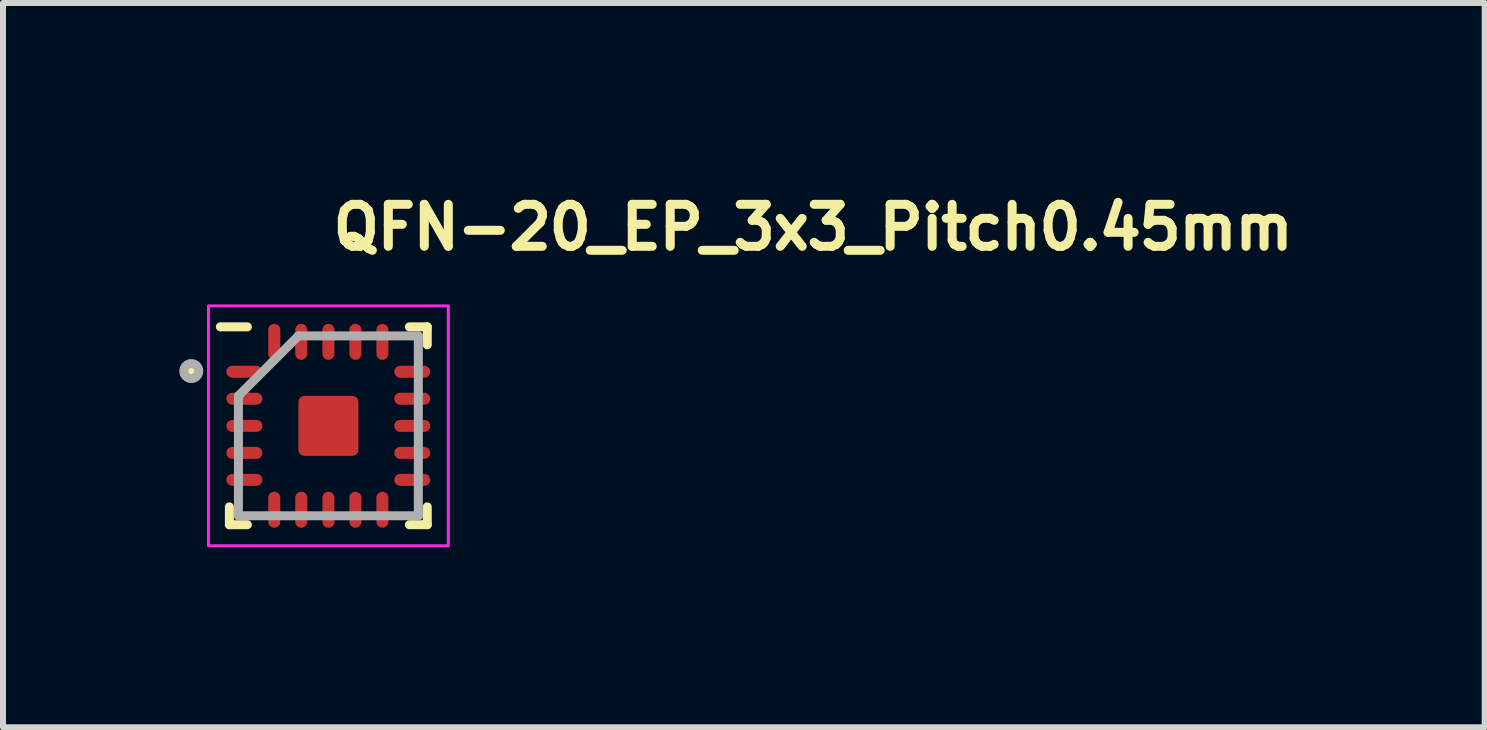
<source format=kicad_pcb>
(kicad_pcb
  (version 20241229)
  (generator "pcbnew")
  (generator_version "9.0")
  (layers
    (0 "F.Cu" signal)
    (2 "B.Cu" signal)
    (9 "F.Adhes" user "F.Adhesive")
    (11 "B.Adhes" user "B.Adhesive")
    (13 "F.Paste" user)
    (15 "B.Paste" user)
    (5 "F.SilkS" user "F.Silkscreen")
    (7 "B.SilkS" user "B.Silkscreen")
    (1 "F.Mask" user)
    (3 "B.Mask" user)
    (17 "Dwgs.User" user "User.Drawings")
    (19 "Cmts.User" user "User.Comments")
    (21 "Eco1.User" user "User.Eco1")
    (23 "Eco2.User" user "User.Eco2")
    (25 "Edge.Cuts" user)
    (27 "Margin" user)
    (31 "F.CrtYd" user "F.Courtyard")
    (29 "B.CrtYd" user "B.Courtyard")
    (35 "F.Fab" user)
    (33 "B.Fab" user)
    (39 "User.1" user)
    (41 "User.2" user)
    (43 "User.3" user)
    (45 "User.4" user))
  (footprint "QFN-20_EP_3x3_Pitch0.45mm"
    (layer "F.Cu")
    (at 2.425 4.05)
    (property "Reference" "QFN-20_EP_3x3_Pitch0.45mm" (at 0 -2.9 0) (layer "F.SilkS") (effects (font (size 0.7 0.7) (thickness 0.15)) (justify left bottom)))
    (attr smd)
    (fp_line (start -1.651 1.648) (end -1.651 1.35) (stroke (width 0.15) (type solid)) (layer "F.SilkS"))
    (fp_line (start -1.351 -1.651) (end -1.801 -1.651) (stroke (width 0.15) (type solid)) (layer "F.SilkS"))
    (fp_line (start -1.351 1.648) (end -1.651 1.648) (stroke (width 0.15) (type solid)) (layer "F.SilkS"))
    (fp_line (start 1.35 -1.651) (end 1.648 -1.651) (stroke (width 0.15) (type solid)) (layer "F.SilkS"))
    (fp_line (start 1.35 1.648) (end 1.648 1.648) (stroke (width 0.15) (type solid)) (layer "F.SilkS"))
    (fp_line (start 1.648 -1.651) (end 1.648 -1.351) (stroke (width 0.15) (type solid)) (layer "F.SilkS"))
    (fp_line (start 1.648 1.648) (end 1.648 1.35) (stroke (width 0.15) (type solid)) (layer "F.SilkS"))
    (fp_circle (center -2.3 -0.904) (end -2.25 -0.904) (stroke (width 0.15) (type solid)) (fill yes) (layer "F.SilkS"))
    (fp_rect (start -2 -2) (end 1.999 1.999) (stroke (width 0.05) (type solid)) (fill no) (layer "F.CrtYd"))
    (fp_line (start -1.5 -0.5) (end -1.5 1.499) (stroke (width 0.15) (type solid)) (layer "F.Fab"))
    (fp_line (start -1.5 1.499) (end 1.499 1.499) (stroke (width 0.15) (type solid)) (layer "F.Fab"))
    (fp_line (start -0.5 -1.5) (end -1.5 -0.5) (stroke (width 0.15) (type solid)) (layer "F.Fab"))
    (fp_line (start 1.499 -1.5) (end -0.5 -1.5) (stroke (width 0.15) (type solid)) (layer "F.Fab"))
    (fp_line (start 1.499 1.499) (end 1.499 -1.5) (stroke (width 0.15) (type solid)) (layer "F.Fab"))
    (fp_circle (center -2.286 -0.914) (end -2.236 -0.914) (stroke (width 0.15) (type solid)) (fill no) (layer "F.Fab"))
    (fp_rect (start -1.5 -1.5) (end 1.499 1.499) (stroke (width 0.1) (type solid)) (fill no) (layer "User.5"))
    (fp_rect (start -1.5 -1.5) (end 1.499 1.499) (stroke (width 0.1) (type solid)) (fill no) (layer "User.5"))
    (fp_line (start -1.5 -0.952) (end -1.5 -0.85) (stroke (width 0.02) (type solid)) (layer "User.9"))
    (fp_line (start -1.5 -0.85) (end -1.45 -0.85) (stroke (width 0.02) (type solid)) (layer "User.9"))
    (fp_line (start -1.5 -0.5) (end -1.5 -0.403) (stroke (width 0.02) (type solid)) (layer "User.9"))
    (fp_line (start -1.5 -0.403) (end -1.45 -0.403) (stroke (width 0.02) (type solid)) (layer "User.9"))
    (fp_line (start -1.5 -0.053) (end -1.5 0.05) (stroke (width 0.02) (type solid)) (layer "User.9"))
    (fp_line (start -1.5 0.05) (end -1.45 0.05) (stroke (width 0.02) (type solid)) (layer "User.9"))
    (fp_line (start -1.5 0.4) (end -1.5 0.497) (stroke (width 0.02) (type solid)) (layer "User.9"))
    (fp_line (start -1.5 0.497) (end -1.45 0.497) (stroke (width 0.02) (type solid)) (layer "User.9"))
    (fp_line (start -1.5 0.847) (end -1.5 0.949) (stroke (width 0.02) (type solid)) (layer "User.9"))
    (fp_line (start -1.5 0.949) (end -1.45 0.949) (stroke (width 0.02) (type solid)) (layer "User.9"))
    (fp_line (start -1.45 -1.45) (end -1.45 1.449) (stroke (width 0.02) (type solid)) (layer "User.9"))
    (fp_line (start -1.45 -1.45) (end 1.449 -1.45) (stroke (width 0.02) (type solid)) (layer "User.9"))
    (fp_line (start -1.45 -0.952) (end -1.5 -0.952) (stroke (width 0.02) (type solid)) (layer "User.9"))
    (fp_line (start -1.45 -0.5) (end -1.5 -0.5) (stroke (width 0.02) (type solid)) (layer "User.9"))
    (fp_line (start -1.45 -0.053) (end -1.5 -0.053) (stroke (width 0.02) (type solid)) (layer "User.9"))
    (fp_line (start -1.45 0.4) (end -1.5 0.4) (stroke (width 0.02) (type solid)) (layer "User.9"))
    (fp_line (start -1.45 0.847) (end -1.5 0.847) (stroke (width 0.02) (type solid)) (layer "User.9"))
    (fp_line (start -1.45 1.449) (end 1.449 1.449) (stroke (width 0.02) (type solid)) (layer "User.9"))
    (fp_line (start -1.101 -1.012) (end -1.101 -1.006) (stroke (width 0.02) (type solid)) (layer "User.9"))
    (fp_line (start -1.101 -1.006) (end -1.101 -1) (stroke (width 0.02) (type solid)) (layer "User.9"))
    (fp_line (start -1.101 -1) (end -1.101 -1) (stroke (width 0.02) (type solid)) (layer "User.9"))
    (fp_line (start -1.101 -1) (end -1.101 -0.995) (stroke (width 0.02) (type solid)) (layer "User.9"))
    (fp_line (start -1.101 -0.995) (end -1.101 -0.99) (stroke (width 0.02) (type solid)) (layer "User.9"))
    (fp_line (start -1.101 -0.99) (end -1.099 -0.985) (stroke (width 0.02) (type solid)) (layer "User.9"))
    (fp_line (start -1.099 -1.022) (end -1.099 -1.016) (stroke (width 0.02) (type solid)) (layer "User.9"))
    (fp_line (start -1.099 -1.016) (end -1.101 -1.012) (stroke (width 0.02) (type solid)) (layer "User.9"))
    (fp_line (start -1.099 -0.985) (end -1.099 -0.98) (stroke (width 0.02) (type solid)) (layer "User.9"))
    (fp_line (start -1.099 -0.98) (end -1.097 -0.976) (stroke (width 0.02) (type solid)) (layer "User.9"))
    (fp_line (start -1.097 -1.031) (end -1.097 -1.025) (stroke (width 0.02) (type solid)) (layer "User.9"))
    (fp_line (start -1.097 -1.025) (end -1.099 -1.022) (stroke (width 0.02) (type solid)) (layer "User.9"))
    (fp_line (start -1.097 -0.976) (end -1.097 -0.971) (stroke (width 0.02) (type solid)) (layer "User.9"))
    (fp_line (start -1.097 -0.971) (end -1.095 -0.966) (stroke (width 0.02) (type solid)) (layer "User.9"))
    (fp_line (start -1.095 -1.035) (end -1.097 -1.031) (stroke (width 0.02) (type solid)) (layer "User.9"))
    (fp_line (start -1.095 -0.966) (end -1.093 -0.962) (stroke (width 0.02) (type solid)) (layer "User.9"))
    (fp_line (start -1.093 -1.039) (end -1.095 -1.035) (stroke (width 0.02) (type solid)) (layer "User.9"))
    (fp_line (start -1.093 -0.962) (end -1.091 -0.959) (stroke (width 0.02) (type solid)) (layer "User.9"))
    (fp_line (start -1.091 -1.045) (end -1.093 -1.039) (stroke (width 0.02) (type solid)) (layer "User.9"))
    (fp_line (start -1.091 -0.959) (end -1.089 -0.955) (stroke (width 0.02) (type solid)) (layer "User.9"))
    (fp_line (start -1.089 -1.049) (end -1.091 -1.045) (stroke (width 0.02) (type solid)) (layer "User.9"))
    (fp_line (start -1.089 -0.955) (end -1.087 -0.951) (stroke (width 0.02) (type solid)) (layer "User.9"))
    (fp_line (start -1.087 -1.053) (end -1.089 -1.049) (stroke (width 0.02) (type solid)) (layer "User.9"))
    (fp_line (start -1.087 -0.951) (end -1.083 -0.947) (stroke (width 0.02) (type solid)) (layer "User.9"))
    (fp_line (start -1.083 -1.057) (end -1.087 -1.053) (stroke (width 0.02) (type solid)) (layer "User.9"))
    (fp_line (start -1.083 -0.947) (end -1.081 -0.943) (stroke (width 0.02) (type solid)) (layer "User.9"))
    (fp_line (start -1.081 -1.061) (end -1.083 -1.057) (stroke (width 0.02) (type solid)) (layer "User.9"))
    (fp_line (start -1.081 -0.943) (end -1.079 -0.939) (stroke (width 0.02) (type solid)) (layer "User.9"))
    (fp_line (start -1.079 -1.065) (end -1.081 -1.061) (stroke (width 0.02) (type solid)) (layer "User.9"))
    (fp_line (start -1.079 -0.939) (end -1.075 -0.935) (stroke (width 0.02) (type solid)) (layer "User.9"))
    (fp_line (start -1.075 -1.069) (end -1.079 -1.065) (stroke (width 0.02) (type solid)) (layer "User.9"))
    (fp_line (start -1.075 -0.935) (end -1.071 -0.932) (stroke (width 0.02) (type solid)) (layer "User.9"))
    (fp_line (start -1.071 -1.071) (end -1.075 -1.069) (stroke (width 0.02) (type solid)) (layer "User.9"))
    (fp_line (start -1.071 -0.932) (end -1.069 -0.928) (stroke (width 0.02) (type solid)) (layer "User.9"))
    (fp_line (start -1.069 -1.075) (end -1.071 -1.071) (stroke (width 0.02) (type solid)) (layer "User.9"))
    (fp_line (start -1.069 -0.928) (end -1.065 -0.925) (stroke (width 0.02) (type solid)) (layer "User.9"))
    (fp_line (start -1.065 -1.079) (end -1.069 -1.075) (stroke (width 0.02) (type solid)) (layer "User.9"))
    (fp_line (start -1.065 -0.925) (end -1.061 -0.922) (stroke (width 0.02) (type solid)) (layer "User.9"))
    (fp_line (start -1.061 -1.081) (end -1.065 -1.079) (stroke (width 0.02) (type solid)) (layer "User.9"))
    (fp_line (start -1.061 -0.922) (end -1.057 -0.92) (stroke (width 0.02) (type solid)) (layer "User.9"))
    (fp_line (start -1.057 -1.083) (end -1.061 -1.081) (stroke (width 0.02) (type solid)) (layer "User.9"))
    (fp_line (start -1.057 -0.92) (end -1.053 -0.917) (stroke (width 0.02) (type solid)) (layer "User.9"))
    (fp_line (start -1.053 -1.087) (end -1.057 -1.083) (stroke (width 0.02) (type solid)) (layer "User.9"))
    (fp_line (start -1.053 -0.917) (end -1.049 -0.915) (stroke (width 0.02) (type solid)) (layer "User.9"))
    (fp_line (start -1.049 -1.089) (end -1.053 -1.087) (stroke (width 0.02) (type solid)) (layer "User.9"))
    (fp_line (start -1.049 -0.915) (end -1.045 -0.912) (stroke (width 0.02) (type solid)) (layer "User.9"))
    (fp_line (start -1.045 -1.091) (end -1.049 -1.089) (stroke (width 0.02) (type solid)) (layer "User.9"))
    (fp_line (start -1.045 -0.912) (end -1.039 -0.91) (stroke (width 0.02) (type solid)) (layer "User.9"))
    (fp_line (start -1.039 -1.093) (end -1.045 -1.091) (stroke (width 0.02) (type solid)) (layer "User.9"))
    (fp_line (start -1.039 -0.91) (end -1.035 -0.909) (stroke (width 0.02) (type solid)) (layer "User.9"))
    (fp_line (start -1.035 -1.095) (end -1.039 -1.093) (stroke (width 0.02) (type solid)) (layer "User.9"))
    (fp_line (start -1.035 -0.909) (end -1.031 -0.907) (stroke (width 0.02) (type solid)) (layer "User.9"))
    (fp_line (start -1.031 -1.097) (end -1.035 -1.095) (stroke (width 0.02) (type solid)) (layer "User.9"))
    (fp_line (start -1.031 -0.907) (end -1.025 -0.906) (stroke (width 0.02) (type solid)) (layer "User.9"))
    (fp_line (start -1.025 -1.097) (end -1.031 -1.097) (stroke (width 0.02) (type solid)) (layer "User.9"))
    (fp_line (start -1.025 -0.906) (end -1.022 -0.905) (stroke (width 0.02) (type solid)) (layer "User.9"))
    (fp_line (start -1.022 -1.099) (end -1.025 -1.097) (stroke (width 0.02) (type solid)) (layer "User.9"))
    (fp_line (start -1.022 -0.905) (end -1.016 -0.904) (stroke (width 0.02) (type solid)) (layer "User.9"))
    (fp_line (start -1.016 -1.099) (end -1.022 -1.099) (stroke (width 0.02) (type solid)) (layer "User.9"))
    (fp_line (start -1.016 -0.904) (end -1.012 -0.903) (stroke (width 0.02) (type solid)) (layer "User.9"))
    (fp_line (start -1.012 -1.101) (end -1.016 -1.099) (stroke (width 0.02) (type solid)) (layer "User.9"))
    (fp_line (start -1.012 -0.903) (end -1.006 -0.903) (stroke (width 0.02) (type solid)) (layer "User.9"))
    (fp_line (start -1.006 -1.101) (end -1.012 -1.101) (stroke (width 0.02) (type solid)) (layer "User.9"))
    (fp_line (start -1.006 -0.903) (end -1 -0.903) (stroke (width 0.02) (type solid)) (layer "User.9"))
    (fp_line (start -1 -1.101) (end -1.006 -1.101) (stroke (width 0.02) (type solid)) (layer "User.9"))
    (fp_line (start -1 -1.101) (end -1 -1.101) (stroke (width 0.02) (type solid)) (layer "User.9"))
    (fp_line (start -1 -0.903) (end -1 -0.903) (stroke (width 0.02) (type solid)) (layer "User.9"))
    (fp_line (start -1 -0.903) (end -0.995 -0.903) (stroke (width 0.02) (type solid)) (layer "User.9"))
    (fp_line (start -0.995 -1.101) (end -1 -1.101) (stroke (width 0.02) (type solid)) (layer "User.9"))
    (fp_line (start -0.995 -0.903) (end -0.99 -0.903) (stroke (width 0.02) (type solid)) (layer "User.9"))
    (fp_line (start -0.99 -1.101) (end -0.995 -1.101) (stroke (width 0.02) (type solid)) (layer "User.9"))
    (fp_line (start -0.99 -0.903) (end -0.985 -0.904) (stroke (width 0.02) (type solid)) (layer "User.9"))
    (fp_line (start -0.985 -1.099) (end -0.99 -1.101) (stroke (width 0.02) (type solid)) (layer "User.9"))
    (fp_line (start -0.985 -0.904) (end -0.98 -0.905) (stroke (width 0.02) (type solid)) (layer "User.9"))
    (fp_line (start -0.98 -1.099) (end -0.985 -1.099) (stroke (width 0.02) (type solid)) (layer "User.9"))
    (fp_line (start -0.98 -0.905) (end -0.976 -0.906) (stroke (width 0.02) (type solid)) (layer "User.9"))
    (fp_line (start -0.976 -1.097) (end -0.98 -1.099) (stroke (width 0.02) (type solid)) (layer "User.9"))
    (fp_line (start -0.976 -0.906) (end -0.971 -0.907) (stroke (width 0.02) (type solid)) (layer "User.9"))
    (fp_line (start -0.971 -1.097) (end -0.976 -1.097) (stroke (width 0.02) (type solid)) (layer "User.9"))
    (fp_line (start -0.971 -0.907) (end -0.966 -0.909) (stroke (width 0.02) (type solid)) (layer "User.9"))
    (fp_line (start -0.966 -1.095) (end -0.971 -1.097) (stroke (width 0.02) (type solid)) (layer "User.9"))
    (fp_line (start -0.966 -0.909) (end -0.962 -0.91) (stroke (width 0.02) (type solid)) (layer "User.9"))
    (fp_line (start -0.962 -1.093) (end -0.966 -1.095) (stroke (width 0.02) (type solid)) (layer "User.9"))
    (fp_line (start -0.962 -0.91) (end -0.959 -0.912) (stroke (width 0.02) (type solid)) (layer "User.9"))
    (fp_line (start -0.959 -1.091) (end -0.962 -1.093) (stroke (width 0.02) (type solid)) (layer "User.9"))
    (fp_line (start -0.959 -0.912) (end -0.955 -0.915) (stroke (width 0.02) (type solid)) (layer "User.9"))
    (fp_line (start -0.955 -1.089) (end -0.959 -1.091) (stroke (width 0.02) (type solid)) (layer "User.9"))
    (fp_line (start -0.955 -0.915) (end -0.951 -0.917) (stroke (width 0.02) (type solid)) (layer "User.9"))
    (fp_line (start -0.952 -1.5) (end -0.952 -1.45) (stroke (width 0.02) (type solid)) (layer "User.9"))
    (fp_line (start -0.952 1.449) (end -0.952 1.499) (stroke (width 0.02) (type solid)) (layer "User.9"))
    (fp_line (start -0.952 1.499) (end -0.85 1.499) (stroke (width 0.02) (type solid)) (layer "User.9"))
    (fp_line (start -0.951 -1.087) (end -0.955 -1.089) (stroke (width 0.02) (type solid)) (layer "User.9"))
    (fp_line (start -0.951 -0.917) (end -0.947 -0.92) (stroke (width 0.02) (type solid)) (layer "User.9"))
    (fp_line (start -0.947 -1.083) (end -0.951 -1.087) (stroke (width 0.02) (type solid)) (layer "User.9"))
    (fp_line (start -0.947 -0.92) (end -0.943 -0.922) (stroke (width 0.02) (type solid)) (layer "User.9"))
    (fp_line (start -0.943 -1.081) (end -0.947 -1.083) (stroke (width 0.02) (type solid)) (layer "User.9"))
    (fp_line (start -0.943 -0.922) (end -0.939 -0.925) (stroke (width 0.02) (type solid)) (layer "User.9"))
    (fp_line (start -0.939 -1.079) (end -0.943 -1.081) (stroke (width 0.02) (type solid)) (layer "User.9"))
    (fp_line (start -0.939 -0.925) (end -0.935 -0.928) (stroke (width 0.02) (type solid)) (layer "User.9"))
    (fp_line (start -0.935 -1.075) (end -0.939 -1.079) (stroke (width 0.02) (type solid)) (layer "User.9"))
    (fp_line (start -0.935 -0.928) (end -0.932 -0.932) (stroke (width 0.02) (type solid)) (layer "User.9"))
    (fp_line (start -0.932 -1.071) (end -0.935 -1.075) (stroke (width 0.02) (type solid)) (layer "User.9"))
    (fp_line (start -0.932 -0.932) (end -0.928 -0.935) (stroke (width 0.02) (type solid)) (layer "User.9"))
    (fp_line (start -0.928 -1.069) (end -0.932 -1.071) (stroke (width 0.02) (type solid)) (layer "User.9"))
    (fp_line (start -0.928 -0.935) (end -0.925 -0.939) (stroke (width 0.02) (type solid)) (layer "User.9"))
    (fp_line (start -0.925 -1.065) (end -0.928 -1.069) (stroke (width 0.02) (type solid)) (layer "User.9"))
    (fp_line (start -0.925 -0.939) (end -0.922 -0.943) (stroke (width 0.02) (type solid)) (layer "User.9"))
    (fp_line (start -0.922 -1.061) (end -0.925 -1.065) (stroke (width 0.02) (type solid)) (layer "User.9"))
    (fp_line (start -0.922 -0.943) (end -0.92 -0.947) (stroke (width 0.02) (type solid)) (layer "User.9"))
    (fp_line (start -0.92 -1.057) (end -0.922 -1.061) (stroke (width 0.02) (type solid)) (layer "User.9"))
    (fp_line (start -0.92 -0.947) (end -0.917 -0.951) (stroke (width 0.02) (type solid)) (layer "User.9"))
    (fp_line (start -0.917 -1.053) (end -0.92 -1.057) (stroke (width 0.02) (type solid)) (layer "User.9"))
    (fp_line (start -0.917 -0.951) (end -0.915 -0.955) (stroke (width 0.02) (type solid)) (layer "User.9"))
    (fp_line (start -0.915 -1.049) (end -0.917 -1.053) (stroke (width 0.02) (type solid)) (layer "User.9"))
    (fp_line (start -0.915 -0.955) (end -0.912 -0.959) (stroke (width 0.02) (type solid)) (layer "User.9"))
    (fp_line (start -0.912 -1.045) (end -0.915 -1.049) (stroke (width 0.02) (type solid)) (layer "User.9"))
    (fp_line (start -0.912 -0.959) (end -0.91 -0.962) (stroke (width 0.02) (type solid)) (layer "User.9"))
    (fp_line (start -0.91 -1.039) (end -0.912 -1.045) (stroke (width 0.02) (type solid)) (layer "User.9"))
    (fp_line (start -0.91 -0.962) (end -0.909 -0.966) (stroke (width 0.02) (type solid)) (layer "User.9"))
    (fp_line (start -0.909 -1.035) (end -0.91 -1.039) (stroke (width 0.02) (type solid)) (layer "User.9"))
    (fp_line (start -0.909 -0.966) (end -0.907 -0.971) (stroke (width 0.02) (type solid)) (layer "User.9"))
    (fp_line (start -0.907 -1.031) (end -0.909 -1.035) (stroke (width 0.02) (type solid)) (layer "User.9"))
    (fp_line (start -0.907 -0.971) (end -0.906 -0.976) (stroke (width 0.02) (type solid)) (layer "User.9"))
    (fp_line (start -0.906 -1.025) (end -0.907 -1.031) (stroke (width 0.02) (type solid)) (layer "User.9"))
    (fp_line (start -0.906 -0.976) (end -0.905 -0.98) (stroke (width 0.02) (type solid)) (layer "User.9"))
    (fp_line (start -0.905 -1.022) (end -0.906 -1.025) (stroke (width 0.02) (type solid)) (layer "User.9"))
    (fp_line (start -0.905 -0.98) (end -0.904 -0.985) (stroke (width 0.02) (type solid)) (layer "User.9"))
    (fp_line (start -0.904 -1.016) (end -0.905 -1.022) (stroke (width 0.02) (type solid)) (layer "User.9"))
    (fp_line (start -0.904 -0.985) (end -0.903 -0.99) (stroke (width 0.02) (type solid)) (layer "User.9"))
    (fp_line (start -0.903 -1.012) (end -0.904 -1.016) (stroke (width 0.02) (type solid)) (layer "User.9"))
    (fp_line (start -0.903 -1.006) (end -0.903 -1.012) (stroke (width 0.02) (type solid)) (layer "User.9"))
    (fp_line (start -0.903 -1) (end -0.903 -1.006) (stroke (width 0.02) (type solid)) (layer "User.9"))
    (fp_line (start -0.903 -1) (end -0.903 -1) (stroke (width 0.02) (type solid)) (layer "User.9"))
    (fp_line (start -0.903 -1) (end -0.903 -1) (stroke (width 0.02) (type solid)) (layer "User.9"))
    (fp_line (start -0.903 -0.995) (end -0.903 -1) (stroke (width 0.02) (type solid)) (layer "User.9"))
    (fp_line (start -0.903 -0.99) (end -0.903 -0.995) (stroke (width 0.02) (type solid)) (layer "User.9"))
    (fp_line (start -0.85 -1.5) (end -0.952 -1.5) (stroke (width 0.02) (type solid)) (layer "User.9"))
    (fp_line (start -0.85 -1.45) (end -0.85 -1.5) (stroke (width 0.02) (type solid)) (layer "User.9"))
    (fp_line (start -0.85 1.499) (end -0.85 1.449) (stroke (width 0.02) (type solid)) (layer "User.9"))
    (fp_line (start -0.5 -1.5) (end -0.5 -1.45) (stroke (width 0.02) (type solid)) (layer "User.9"))
    (fp_line (start -0.5 1.449) (end -0.5 1.499) (stroke (width 0.02) (type solid)) (layer "User.9"))
    (fp_line (start -0.5 1.499) (end -0.403 1.499) (stroke (width 0.02) (type solid)) (layer "User.9"))
    (fp_line (start -0.403 -1.5) (end -0.5 -1.5) (stroke (width 0.02) (type solid)) (layer "User.9"))
    (fp_line (start -0.403 -1.45) (end -0.403 -1.5) (stroke (width 0.02) (type solid)) (layer "User.9"))
    (fp_line (start -0.403 1.499) (end -0.403 1.449) (stroke (width 0.02) (type solid)) (layer "User.9"))
    (fp_line (start -0.053 -1.5) (end -0.053 -1.45) (stroke (width 0.02) (type solid)) (layer "User.9"))
    (fp_line (start -0.053 1.449) (end -0.053 1.499) (stroke (width 0.02) (type solid)) (layer "User.9"))
    (fp_line (start -0.053 1.499) (end 0.05 1.499) (stroke (width 0.02) (type solid)) (layer "User.9"))
    (fp_line (start 0.05 -1.5) (end -0.053 -1.5) (stroke (width 0.02) (type solid)) (layer "User.9"))
    (fp_line (start 0.05 -1.45) (end 0.05 -1.5) (stroke (width 0.02) (type solid)) (layer "User.9"))
    (fp_line (start 0.05 1.499) (end 0.05 1.449) (stroke (width 0.02) (type solid)) (layer "User.9"))
    (fp_line (start 0.4 -1.5) (end 0.4 -1.45) (stroke (width 0.02) (type solid)) (layer "User.9"))
    (fp_line (start 0.4 1.449) (end 0.4 1.499) (stroke (width 0.02) (type solid)) (layer "User.9"))
    (fp_line (start 0.4 1.499) (end 0.497 1.499) (stroke (width 0.02) (type solid)) (layer "User.9"))
    (fp_line (start 0.497 -1.5) (end 0.4 -1.5) (stroke (width 0.02) (type solid)) (layer "User.9"))
    (fp_line (start 0.497 -1.45) (end 0.497 -1.5) (stroke (width 0.02) (type solid)) (layer "User.9"))
    (fp_line (start 0.497 1.499) (end 0.497 1.449) (stroke (width 0.02) (type solid)) (layer "User.9"))
    (fp_line (start 0.847 -1.5) (end 0.847 -1.45) (stroke (width 0.02) (type solid)) (layer "User.9"))
    (fp_line (start 0.847 1.449) (end 0.847 1.499) (stroke (width 0.02) (type solid)) (layer "User.9"))
    (fp_line (start 0.847 1.499) (end 0.949 1.499) (stroke (width 0.02) (type solid)) (layer "User.9"))
    (fp_line (start 0.949 -1.5) (end 0.847 -1.5) (stroke (width 0.02) (type solid)) (layer "User.9"))
    (fp_line (start 0.949 -1.45) (end 0.949 -1.5) (stroke (width 0.02) (type solid)) (layer "User.9"))
    (fp_line (start 0.949 1.499) (end 0.949 1.449) (stroke (width 0.02) (type solid)) (layer "User.9"))
    (fp_line (start 1.449 -1.45) (end 1.449 1.449) (stroke (width 0.02) (type solid)) (layer "User.9"))
    (fp_line (start 1.449 -0.85) (end 1.499 -0.85) (stroke (width 0.02) (type solid)) (layer "User.9"))
    (fp_line (start 1.449 -0.403) (end 1.499 -0.403) (stroke (width 0.02) (type solid)) (layer "User.9"))
    (fp_line (start 1.449 0.05) (end 1.499 0.05) (stroke (width 0.02) (type solid)) (layer "User.9"))
    (fp_line (start 1.449 0.497) (end 1.499 0.497) (stroke (width 0.02) (type solid)) (layer "User.9"))
    (fp_line (start 1.449 0.949) (end 1.499 0.949) (stroke (width 0.02) (type solid)) (layer "User.9"))
    (fp_line (start 1.499 -0.952) (end 1.449 -0.952) (stroke (width 0.02) (type solid)) (layer "User.9"))
    (fp_line (start 1.499 -0.85) (end 1.499 -0.952) (stroke (width 0.02) (type solid)) (layer "User.9"))
    (fp_line (start 1.499 -0.5) (end 1.449 -0.5) (stroke (width 0.02) (type solid)) (layer "User.9"))
    (fp_line (start 1.499 -0.403) (end 1.499 -0.5) (stroke (width 0.02) (type solid)) (layer "User.9"))
    (fp_line (start 1.499 -0.053) (end 1.449 -0.053) (stroke (width 0.02) (type solid)) (layer "User.9"))
    (fp_line (start 1.499 0.05) (end 1.499 -0.053) (stroke (width 0.02) (type solid)) (layer "User.9"))
    (fp_line (start 1.499 0.4) (end 1.449 0.4) (stroke (width 0.02) (type solid)) (layer "User.9"))
    (fp_line (start 1.499 0.497) (end 1.499 0.4) (stroke (width 0.02) (type solid)) (layer "User.9"))
    (fp_line (start 1.499 0.847) (end 1.449 0.847) (stroke (width 0.02) (type solid)) (layer "User.9"))
    (fp_line (start 1.499 0.949) (end 1.499 0.847) (stroke (width 0.02) (type solid)) (layer "User.9"))
    (pad "1" smd oval (at -1.401 -0.903 90) (size 0.2 0.6) (layers "F.Cu" "F.Mask" "F.Paste"))
    (pad "2" smd oval (at -1.401 -0.453 90) (size 0.2 0.6) (layers "F.Cu" "F.Mask" "F.Paste"))
    (pad "3" smd oval (at -1.401 0 90) (size 0.2 0.6) (layers "F.Cu" "F.Mask" "F.Paste"))
    (pad "4" smd oval (at -1.401 0.45 90) (size 0.2 0.6) (layers "F.Cu" "F.Mask" "F.Paste"))
    (pad "5" smd oval (at -1.401 0.9 90) (size 0.2 0.6) (layers "F.Cu" "F.Mask" "F.Paste"))
    (pad "6" smd oval (at -0.903 1.398) (size 0.2 0.6) (layers "F.Cu" "F.Mask" "F.Paste"))
    (pad "7" smd oval (at -0.453 1.398) (size 0.2 0.6) (layers "F.Cu" "F.Mask" "F.Paste"))
    (pad "8" smd oval (at 0 1.398) (size 0.2 0.6) (layers "F.Cu" "F.Mask" "F.Paste"))
    (pad "9" smd oval (at 0.45 1.398) (size 0.2 0.6) (layers "F.Cu" "F.Mask" "F.Paste"))
    (pad "10" smd oval (at 0.9 1.398) (size 0.2 0.6) (layers "F.Cu" "F.Mask" "F.Paste"))
    (pad "11" smd oval (at 1.398 0.9 90) (size 0.2 0.6) (layers "F.Cu" "F.Mask" "F.Paste"))
    (pad "12" smd oval (at 1.398 0.45 90) (size 0.2 0.6) (layers "F.Cu" "F.Mask" "F.Paste"))
    (pad "13" smd oval (at 1.398 0 90) (size 0.2 0.6) (layers "F.Cu" "F.Mask" "F.Paste"))
    (pad "14" smd oval (at 1.398 -0.453 90) (size 0.2 0.6) (layers "F.Cu" "F.Mask" "F.Paste"))
    (pad "15" smd oval (at 1.398 -0.903 90) (size 0.2 0.6) (layers "F.Cu" "F.Mask" "F.Paste"))
    (pad "16" smd oval (at 0.9 -1.401) (size 0.2 0.6) (layers "F.Cu" "F.Mask" "F.Paste"))
    (pad "17" smd oval (at 0.45 -1.401) (size 0.2 0.6) (layers "F.Cu" "F.Mask" "F.Paste"))
    (pad "18" smd oval (at 0 -1.401) (size 0.2 0.6) (layers "F.Cu" "F.Mask" "F.Paste"))
    (pad "19" smd oval (at -0.453 -1.401) (size 0.2 0.6) (layers "F.Cu" "F.Mask" "F.Paste"))
    (pad "20" smd oval (at -0.903 -1.401) (size 0.2 0.6) (layers "F.Cu" "F.Mask" "F.Paste"))
    (pad "21" smd roundrect (at 0 0) (size 1 1) (layers "F.Cu" "F.Mask" "F.Paste") (roundrect_rratio 0.1)))
  (gr_rect
    (start -3 -3)
    (end 21.702 9.074)
    (stroke (width 0.1) (type default))
    (fill no)
    (layer "Edge.Cuts")))
</source>
